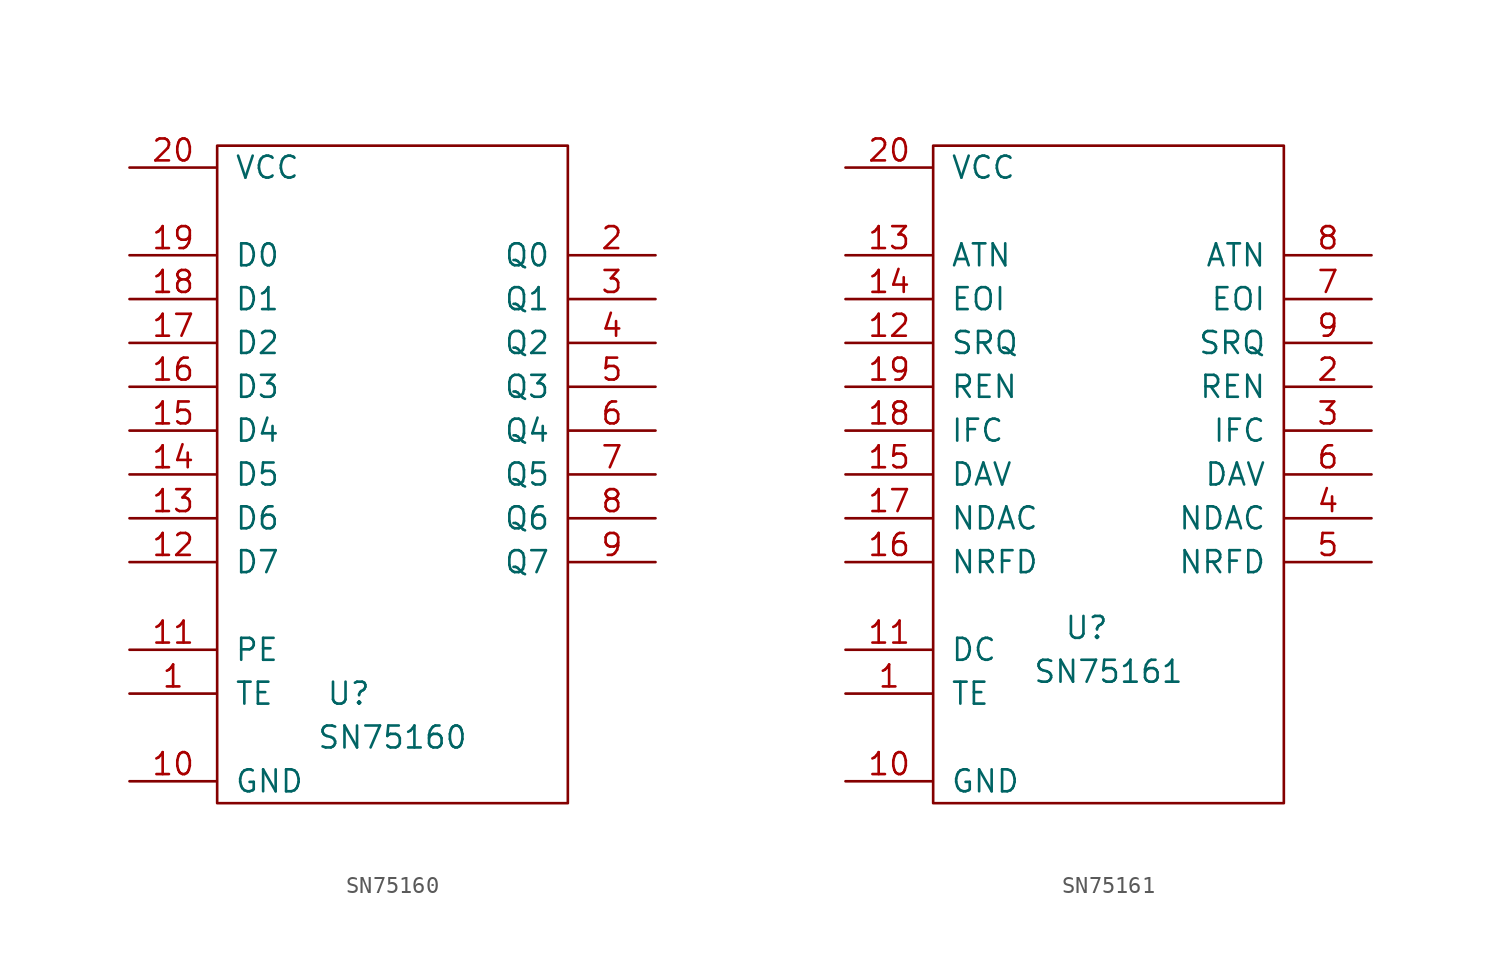
<source format=kicad_sym>
(kicad_symbol_lib
  (version 20220914)
  (generator kicad_symbol_editor)
  (symbol "SN75160"
    (pin_names
      (offset 1.016))
    (property "Reference" "U"
      (at -2.54 -12.7 0)
      (effects (font (size 1.27 1.27))))
    (property "Value" "SN75160"
      (at 0 -15.24 0)
      (effects (font (size 1.27 1.27))))
    (property "Footprint" ""
      (at 0 0 0)
      (effects (font (size 1.27 1.27))))
    (property "Datasheet" ""
      (at 0 0 0)
      (effects (font (size 1.27 1.27))))
    (symbol "SN75160_0_0"
      (pin power_in line (at -15.24 -17.78 0) (length 5.055) (name "GND" (effects (font (size 1.27 1.27)))) (number "10" (effects (font (size 1.27 1.27)))))
      (pin power_in line (at -15.24 17.78 0) (length 5.055) (name "VCC" (effects (font (size 1.27 1.27)))) (number "20" (effects (font (size 1.27 1.27))))))
    (symbol "SN75160_0_1"
      (rectangle (start -10.16 19.05) (end 10.16 -19.05) (stroke (width 0) (type solid)) (fill (type none))))
    (symbol "SN75160_1_1"
      (pin input line (at -15.24 -12.7 0) (length 5.055) (name "TE" (effects (font (size 1.27 1.27)))) (number "1" (effects (font (size 1.27 1.27)))))
      (pin input line (at -15.24 -10.16 0) (length 5.055) (name "PE" (effects (font (size 1.27 1.27)))) (number "11" (effects (font (size 1.27 1.27)))))
      (pin input line (at -15.24 -5.08 0) (length 5.055) (name "D7" (effects (font (size 1.27 1.27)))) (number "12" (effects (font (size 1.27 1.27)))))
      (pin input line (at -15.24 -2.54 0) (length 5.055) (name "D6" (effects (font (size 1.27 1.27)))) (number "13" (effects (font (size 1.27 1.27)))))
      (pin input line (at -15.24 0 0) (length 5.055) (name "D5" (effects (font (size 1.27 1.27)))) (number "14" (effects (font (size 1.27 1.27)))))
      (pin input line (at -15.24 2.54 0) (length 5.055) (name "D4" (effects (font (size 1.27 1.27)))) (number "15" (effects (font (size 1.27 1.27)))))
      (pin input line (at -15.24 5.08 0) (length 5.055) (name "D3" (effects (font (size 1.27 1.27)))) (number "16" (effects (font (size 1.27 1.27)))))
      (pin input line (at -15.24 7.62 0) (length 5.055) (name "D2" (effects (font (size 1.27 1.27)))) (number "17" (effects (font (size 1.27 1.27)))))
      (pin input line (at -15.24 10.16 0) (length 5.055) (name "D1" (effects (font (size 1.27 1.27)))) (number "18" (effects (font (size 1.27 1.27)))))
      (pin input line (at -15.24 12.7 0) (length 5.055) (name "D0" (effects (font (size 1.27 1.27)))) (number "19" (effects (font (size 1.27 1.27)))))
      (pin tri_state line (at 15.24 12.7 180) (length 5.055) (name "Q0" (effects (font (size 1.27 1.27)))) (number "2" (effects (font (size 1.27 1.27)))))
      (pin tri_state line (at 15.24 10.16 180) (length 5.055) (name "Q1" (effects (font (size 1.27 1.27)))) (number "3" (effects (font (size 1.27 1.27)))))
      (pin tri_state line (at 15.24 7.62 180) (length 5.055) (name "Q2" (effects (font (size 1.27 1.27)))) (number "4" (effects (font (size 1.27 1.27)))))
      (pin tri_state line (at 15.24 5.08 180) (length 5.055) (name "Q3" (effects (font (size 1.27 1.27)))) (number "5" (effects (font (size 1.27 1.27)))))
      (pin tri_state line (at 15.24 2.54 180) (length 5.055) (name "Q4" (effects (font (size 1.27 1.27)))) (number "6" (effects (font (size 1.27 1.27)))))
      (pin tri_state line (at 15.24 0 180) (length 5.055) (name "Q5" (effects (font (size 1.27 1.27)))) (number "7" (effects (font (size 1.27 1.27)))))
      (pin tri_state line (at 15.24 -2.54 180) (length 5.055) (name "Q6" (effects (font (size 1.27 1.27)))) (number "8" (effects (font (size 1.27 1.27)))))
      (pin tri_state line (at 15.24 -5.08 180) (length 5.055) (name "Q7" (effects (font (size 1.27 1.27)))) (number "9" (effects (font (size 1.27 1.27)))))))
  (symbol "SN75161"
    (pin_names
      (offset 1.016))
    (property "Reference" "U"
      (at -1.27 -8.89 0)
      (effects (font (size 1.27 1.27))))
    (property "Value" "SN75161"
      (at 0 -11.43 0)
      (effects (font (size 1.27 1.27))))
    (property "Footprint" ""
      (at 0 0 0)
      (effects (font (size 1.27 1.27))))
    (property "Datasheet" ""
      (at 0 0 0)
      (effects (font (size 1.27 1.27))))
    (symbol "SN75161_0_0"
      (pin power_in line (at -15.24 -17.78 0) (length 5.055) (name "GND" (effects (font (size 1.27 1.27)))) (number "10" (effects (font (size 1.27 1.27)))))
      (pin power_in line (at -15.24 17.78 0) (length 5.055) (name "VCC" (effects (font (size 1.27 1.27)))) (number "20" (effects (font (size 1.27 1.27))))))
    (symbol "SN75161_0_1"
      (rectangle (start -10.16 19.05) (end 10.16 -19.05) (stroke (width 0) (type solid)) (fill (type none))))
    (symbol "SN75161_1_1"
      (pin input line (at -15.24 -12.7 0) (length 5.055) (name "TE" (effects (font (size 1.27 1.27)))) (number "1" (effects (font (size 1.27 1.27)))))
      (pin input line (at -15.24 -10.16 0) (length 5.055) (name "DC" (effects (font (size 1.27 1.27)))) (number "11" (effects (font (size 1.27 1.27)))))
      (pin input line (at -15.24 7.62 0) (length 5.055) (name "SRQ" (effects (font (size 1.27 1.27)))) (number "12" (effects (font (size 1.27 1.27)))))
      (pin input line (at -15.24 12.7 0) (length 5.055) (name "ATN" (effects (font (size 1.27 1.27)))) (number "13" (effects (font (size 1.27 1.27)))))
      (pin input line (at -15.24 10.16 0) (length 5.055) (name "EOI" (effects (font (size 1.27 1.27)))) (number "14" (effects (font (size 1.27 1.27)))))
      (pin input line (at -15.24 0 0) (length 5.055) (name "DAV" (effects (font (size 1.27 1.27)))) (number "15" (effects (font (size 1.27 1.27)))))
      (pin input line (at -15.24 -5.08 0) (length 5.055) (name "NRFD" (effects (font (size 1.27 1.27)))) (number "16" (effects (font (size 1.27 1.27)))))
      (pin input line (at -15.24 -2.54 0) (length 5.055) (name "NDAC" (effects (font (size 1.27 1.27)))) (number "17" (effects (font (size 1.27 1.27)))))
      (pin input line (at -15.24 2.54 0) (length 5.055) (name "IFC" (effects (font (size 1.27 1.27)))) (number "18" (effects (font (size 1.27 1.27)))))
      (pin input line (at -15.24 5.08 0) (length 5.055) (name "REN" (effects (font (size 1.27 1.27)))) (number "19" (effects (font (size 1.27 1.27)))))
      (pin tri_state line (at 15.24 5.08 180) (length 5.055) (name "REN" (effects (font (size 1.27 1.27)))) (number "2" (effects (font (size 1.27 1.27)))))
      (pin tri_state line (at 15.24 2.54 180) (length 5.055) (name "IFC" (effects (font (size 1.27 1.27)))) (number "3" (effects (font (size 1.27 1.27)))))
      (pin tri_state line (at 15.24 -2.54 180) (length 5.055) (name "NDAC" (effects (font (size 1.27 1.27)))) (number "4" (effects (font (size 1.27 1.27)))))
      (pin tri_state line (at 15.24 -5.08 180) (length 5.055) (name "NRFD" (effects (font (size 1.27 1.27)))) (number "5" (effects (font (size 1.27 1.27)))))
      (pin tri_state line (at 15.24 0 180) (length 5.055) (name "DAV" (effects (font (size 1.27 1.27)))) (number "6" (effects (font (size 1.27 1.27)))))
      (pin tri_state line (at 15.24 10.16 180) (length 5.055) (name "EOI" (effects (font (size 1.27 1.27)))) (number "7" (effects (font (size 1.27 1.27)))))
      (pin tri_state line (at 15.24 12.7 180) (length 5.055) (name "ATN" (effects (font (size 1.27 1.27)))) (number "8" (effects (font (size 1.27 1.27)))))
      (pin tri_state line (at 15.24 7.62 180) (length 5.055) (name "SRQ" (effects (font (size 1.27 1.27)))) (number "9" (effects (font (size 1.27 1.27))))))))
</source>
